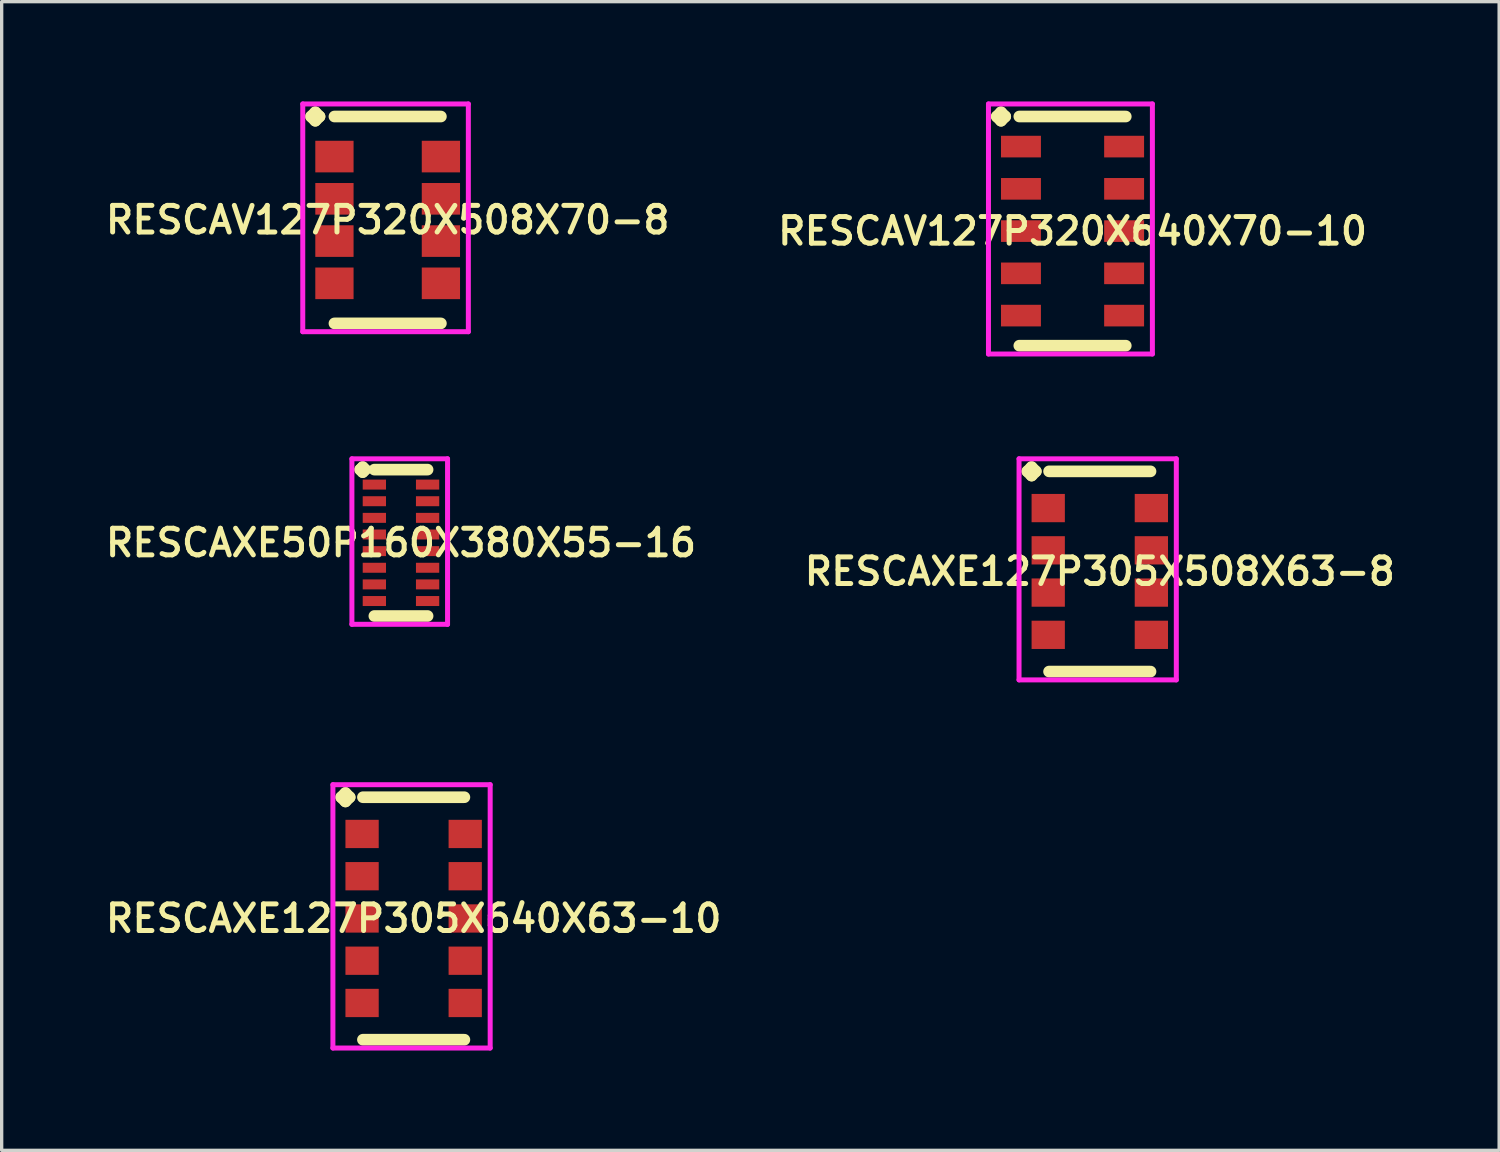
<source format=kicad_pcb>
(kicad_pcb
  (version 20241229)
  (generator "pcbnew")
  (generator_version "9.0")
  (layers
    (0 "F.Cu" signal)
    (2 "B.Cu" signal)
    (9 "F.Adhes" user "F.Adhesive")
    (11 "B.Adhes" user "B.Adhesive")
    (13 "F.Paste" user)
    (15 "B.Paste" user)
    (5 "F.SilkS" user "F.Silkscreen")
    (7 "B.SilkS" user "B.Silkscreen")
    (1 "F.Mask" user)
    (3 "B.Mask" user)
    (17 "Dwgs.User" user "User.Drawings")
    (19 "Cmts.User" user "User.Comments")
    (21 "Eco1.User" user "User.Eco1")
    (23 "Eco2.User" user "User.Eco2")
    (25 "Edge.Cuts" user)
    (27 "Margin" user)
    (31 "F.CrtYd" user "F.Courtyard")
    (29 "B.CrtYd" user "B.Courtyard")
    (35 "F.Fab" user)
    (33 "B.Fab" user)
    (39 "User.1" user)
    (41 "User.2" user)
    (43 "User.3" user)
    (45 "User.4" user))
  (footprint "RESCAV127P320X640X70-10"
    (layer "F.Cu")
    (at 29.187 3.896)
    (property "Reference" "RESCAV127P320X640X70-10" (at 0 0 0) (layer "F.SilkS") (effects (font (size 0.8 0.8) (thickness 0.15))))
    (attr smd)
    (fp_line (start -2.277 -3.444) (end -2.15 -3.571) (stroke (width 0.35) (type solid)) (layer "F.SilkS"))
    (fp_line (start -2.15 -3.571) (end -2.023 -3.444) (stroke (width 0.35) (type solid)) (layer "F.SilkS"))
    (fp_line (start -2.15 -3.317) (end -2.277 -3.444) (stroke (width 0.35) (type solid)) (layer "F.SilkS"))
    (fp_line (start -2.023 -3.444) (end -2.15 -3.317) (stroke (width 0.35) (type solid)) (layer "F.SilkS"))
    (fp_line (start -1.6 -3.444) (end 1.6 -3.444) (stroke (width 0.35) (type solid)) (layer "F.SilkS"))
    (fp_line (start -1.6 3.444) (end 1.6 3.444) (stroke (width 0.35) (type solid)) (layer "F.SilkS"))
    (fp_line (start -2.527 -3.821) (end 2.4 -3.821) (stroke (width 0.15) (type solid)) (layer "F.CrtYd"))
    (fp_line (start -2.527 3.694) (end -2.527 -3.821) (stroke (width 0.15) (type solid)) (layer "F.CrtYd"))
    (fp_line (start 2.4 -3.821) (end 2.4 3.694) (stroke (width 0.15) (type solid)) (layer "F.CrtYd"))
    (fp_line (start 2.4 3.694) (end -2.527 3.694) (stroke (width 0.15) (type solid)) (layer "F.CrtYd"))
    (pad "1" smd rect (at -1.55 -2.54) (size 1.2 0.65) (layers "F.Cu" "F.Mask" "F.Paste"))
    (pad "2" smd rect (at -1.55 -1.27) (size 1.2 0.65) (layers "F.Cu" "F.Mask" "F.Paste"))
    (pad "3" smd rect (at -1.55 0) (size 1.2 0.65) (layers "F.Cu" "F.Mask" "F.Paste"))
    (pad "4" smd rect (at -1.55 1.27) (size 1.2 0.65) (layers "F.Cu" "F.Mask" "F.Paste"))
    (pad "5" smd rect (at -1.55 2.54) (size 1.2 0.65) (layers "F.Cu" "F.Mask" "F.Paste"))
    (pad "6" smd rect (at 1.55 2.54) (size 1.2 0.65) (layers "F.Cu" "F.Mask" "F.Paste"))
    (pad "7" smd rect (at 1.55 1.27) (size 1.2 0.65) (layers "F.Cu" "F.Mask" "F.Paste"))
    (pad "8" smd rect (at 1.55 0) (size 1.2 0.65) (layers "F.Cu" "F.Mask" "F.Paste"))
    (pad "9" smd rect (at 1.55 -1.27) (size 1.2 0.65) (layers "F.Cu" "F.Mask" "F.Paste"))
    (pad "10" smd rect (at 1.55 -2.54) (size 1.2 0.65) (layers "F.Cu" "F.Mask" "F.Paste")))
  (footprint "RESCAXE127P305X640X63-10"
    (layer "F.Cu")
    (at 9.383 24.556)
    (property "Reference" "RESCAXE127P305X640X63-10" (at 0 0 0) (layer "F.SilkS") (effects (font (size 0.8 0.8) (thickness 0.15))))
    (attr smd)
    (fp_line (start -2.177 -3.644) (end -2.05 -3.771) (stroke (width 0.35) (type solid)) (layer "F.SilkS"))
    (fp_line (start -2.05 -3.771) (end -1.923 -3.644) (stroke (width 0.35) (type solid)) (layer "F.SilkS"))
    (fp_line (start -2.05 -3.517) (end -2.177 -3.644) (stroke (width 0.35) (type solid)) (layer "F.SilkS"))
    (fp_line (start -1.923 -3.644) (end -2.05 -3.517) (stroke (width 0.35) (type solid)) (layer "F.SilkS"))
    (fp_line (start -1.525 -3.644) (end 1.525 -3.644) (stroke (width 0.35) (type solid)) (layer "F.SilkS"))
    (fp_line (start -1.525 3.644) (end 1.525 3.644) (stroke (width 0.35) (type solid)) (layer "F.SilkS"))
    (fp_line (start -2.427 -4.021) (end 2.3 -4.021) (stroke (width 0.15) (type solid)) (layer "F.CrtYd"))
    (fp_line (start -2.427 3.894) (end -2.427 -4.021) (stroke (width 0.15) (type solid)) (layer "F.CrtYd"))
    (fp_line (start 2.3 -4.021) (end 2.3 3.894) (stroke (width 0.15) (type solid)) (layer "F.CrtYd"))
    (fp_line (start 2.3 3.894) (end -2.427 3.894) (stroke (width 0.15) (type solid)) (layer "F.CrtYd"))
    (pad "1" smd rect (at -1.55 -2.54) (size 1 0.85) (layers "F.Cu" "F.Mask" "F.Paste"))
    (pad "2" smd rect (at -1.55 -1.27) (size 1 0.85) (layers "F.Cu" "F.Mask" "F.Paste"))
    (pad "3" smd rect (at -1.55 0) (size 1 0.85) (layers "F.Cu" "F.Mask" "F.Paste"))
    (pad "4" smd rect (at -1.55 1.27) (size 1 0.85) (layers "F.Cu" "F.Mask" "F.Paste"))
    (pad "5" smd rect (at -1.55 2.54) (size 1 0.85) (layers "F.Cu" "F.Mask" "F.Paste"))
    (pad "6" smd rect (at 1.55 2.54) (size 1 0.85) (layers "F.Cu" "F.Mask" "F.Paste"))
    (pad "7" smd rect (at 1.55 1.27) (size 1 0.85) (layers "F.Cu" "F.Mask" "F.Paste"))
    (pad "8" smd rect (at 1.55 0) (size 1 0.85) (layers "F.Cu" "F.Mask" "F.Paste"))
    (pad "9" smd rect (at 1.55 -1.27) (size 1 0.85) (layers "F.Cu" "F.Mask" "F.Paste"))
    (pad "10" smd rect (at 1.55 -2.54) (size 1 0.85) (layers "F.Cu" "F.Mask" "F.Paste")))
  (footprint "RESCAXE127P305X508X63-8"
    (layer "F.Cu")
    (at 30.006 14.126)
    (property "Reference" "RESCAXE127P305X508X63-8" (at 0 0 0) (layer "F.SilkS") (effects (font (size 0.8 0.8) (thickness 0.15))))
    (attr through_hole)
    (fp_line (start -2.177 -3.009) (end -2.05 -3.136) (stroke (width 0.35) (type solid)) (layer "F.SilkS"))
    (fp_line (start -2.05 -3.136) (end -1.923 -3.009) (stroke (width 0.35) (type solid)) (layer "F.SilkS"))
    (fp_line (start -2.05 -2.882) (end -2.177 -3.009) (stroke (width 0.35) (type solid)) (layer "F.SilkS"))
    (fp_line (start -1.923 -3.009) (end -2.05 -2.882) (stroke (width 0.35) (type solid)) (layer "F.SilkS"))
    (fp_line (start -1.525 -3.009) (end 1.525 -3.009) (stroke (width 0.35) (type solid)) (layer "F.SilkS"))
    (fp_line (start -1.525 3.009) (end 1.525 3.009) (stroke (width 0.35) (type solid)) (layer "F.SilkS"))
    (fp_line (start -2.427 -3.386) (end 2.3 -3.386) (stroke (width 0.15) (type solid)) (layer "F.CrtYd"))
    (fp_line (start -2.427 3.259) (end -2.427 -3.386) (stroke (width 0.15) (type solid)) (layer "F.CrtYd"))
    (fp_line (start 2.3 -3.386) (end 2.3 3.259) (stroke (width 0.15) (type solid)) (layer "F.CrtYd"))
    (fp_line (start 2.3 3.259) (end -2.427 3.259) (stroke (width 0.15) (type solid)) (layer "F.CrtYd"))
    (pad "1" smd rect (at -1.55 -1.905) (size 1 0.85) (layers "F.Cu" "F.Mask" "F.Paste"))
    (pad "2" smd rect (at -1.55 -0.635) (size 1 0.85) (layers "F.Cu" "F.Mask" "F.Paste"))
    (pad "3" smd rect (at -1.55 0.635) (size 1 0.85) (layers "F.Cu" "F.Mask" "F.Paste"))
    (pad "4" smd rect (at -1.55 1.905) (size 1 0.85) (layers "F.Cu" "F.Mask" "F.Paste"))
    (pad "5" smd rect (at 1.55 1.905) (size 1 0.85) (layers "F.Cu" "F.Mask" "F.Paste"))
    (pad "6" smd rect (at 1.55 0.635) (size 1 0.85) (layers "F.Cu" "F.Mask" "F.Paste"))
    (pad "7" smd rect (at 1.55 -0.635) (size 1 0.85) (layers "F.Cu" "F.Mask" "F.Paste"))
    (pad "8" smd rect (at 1.55 -1.905) (size 1 0.85) (layers "F.Cu" "F.Mask" "F.Paste")))
  (footprint "RESCAXE50P160X380X55-16"
    (layer "F.Cu")
    (at 9.002 13.265)
    (property "Reference" "RESCAXE50P160X380X55-16" (at 0 0 0) (layer "F.SilkS") (effects (font (size 0.8 0.8) (thickness 0.15))))
    (attr smd)
    (fp_line (start -1.225 -2.2) (end -1.15 -2.275) (stroke (width 0.35) (type solid)) (layer "F.SilkS"))
    (fp_line (start -1.15 -2.275) (end -1.075 -2.2) (stroke (width 0.35) (type solid)) (layer "F.SilkS"))
    (fp_line (start -1.15 -2.125) (end -1.225 -2.2) (stroke (width 0.35) (type solid)) (layer "F.SilkS"))
    (fp_line (start -1.075 -2.2) (end -1.15 -2.125) (stroke (width 0.35) (type solid)) (layer "F.SilkS"))
    (fp_line (start -0.8 -2.2) (end 0.8 -2.2) (stroke (width 0.35) (type solid)) (layer "F.SilkS"))
    (fp_line (start -0.8 2.2) (end 0.8 2.2) (stroke (width 0.35) (type solid)) (layer "F.SilkS"))
    (fp_line (start -1.475 -2.525) (end 1.4 -2.525) (stroke (width 0.15) (type solid)) (layer "F.CrtYd"))
    (fp_line (start -1.475 2.45) (end -1.475 -2.525) (stroke (width 0.15) (type solid)) (layer "F.CrtYd"))
    (fp_line (start 1.4 -2.525) (end 1.4 2.45) (stroke (width 0.15) (type solid)) (layer "F.CrtYd"))
    (fp_line (start 1.4 2.45) (end -1.475 2.45) (stroke (width 0.15) (type solid)) (layer "F.CrtYd"))
    (pad "1" smd rect (at -0.8 -1.75) (size 0.7 0.3) (layers "F.Cu" "F.Mask" "F.Paste"))
    (pad "2" smd rect (at -0.8 -1.25) (size 0.7 0.3) (layers "F.Cu" "F.Mask" "F.Paste"))
    (pad "3" smd rect (at -0.8 -0.75) (size 0.7 0.3) (layers "F.Cu" "F.Mask" "F.Paste"))
    (pad "4" smd rect (at -0.8 -0.25) (size 0.7 0.3) (layers "F.Cu" "F.Mask" "F.Paste"))
    (pad "5" smd rect (at -0.8 0.25) (size 0.7 0.3) (layers "F.Cu" "F.Mask" "F.Paste"))
    (pad "6" smd rect (at -0.8 0.75) (size 0.7 0.3) (layers "F.Cu" "F.Mask" "F.Paste"))
    (pad "7" smd rect (at -0.8 1.25) (size 0.7 0.3) (layers "F.Cu" "F.Mask" "F.Paste"))
    (pad "8" smd rect (at -0.8 1.75) (size 0.7 0.3) (layers "F.Cu" "F.Mask" "F.Paste"))
    (pad "9" smd rect (at 0.8 1.75) (size 0.7 0.3) (layers "F.Cu" "F.Mask" "F.Paste"))
    (pad "10" smd rect (at 0.8 1.25) (size 0.7 0.3) (layers "F.Cu" "F.Mask" "F.Paste"))
    (pad "11" smd rect (at 0.8 0.75) (size 0.7 0.3) (layers "F.Cu" "F.Mask" "F.Paste"))
    (pad "12" smd rect (at 0.8 0.25) (size 0.7 0.3) (layers "F.Cu" "F.Mask" "F.Paste"))
    (pad "13" smd rect (at 0.8 -0.25) (size 0.7 0.3) (layers "F.Cu" "F.Mask" "F.Paste"))
    (pad "14" smd rect (at 0.8 -0.75) (size 0.7 0.3) (layers "F.Cu" "F.Mask" "F.Paste"))
    (pad "15" smd rect (at 0.8 -1.25) (size 0.7 0.3) (layers "F.Cu" "F.Mask" "F.Paste"))
    (pad "16" smd rect (at 0.8 -1.75) (size 0.7 0.3) (layers "F.Cu" "F.Mask" "F.Paste")))
  (footprint "RESCAV127P320X508X70-8"
    (layer "F.Cu")
    (at 8.602 3.561)
    (property "Reference" "RESCAV127P320X508X70-8" (at 0 0 0) (layer "F.SilkS") (effects (font (size 0.8 0.8) (thickness 0.15))))
    (attr through_hole)
    (fp_line (start -2.302 -3.109) (end -2.175 -3.236) (stroke (width 0.35) (type solid)) (layer "F.SilkS"))
    (fp_line (start -2.175 -3.236) (end -2.048 -3.109) (stroke (width 0.35) (type solid)) (layer "F.SilkS"))
    (fp_line (start -2.175 -2.982) (end -2.302 -3.109) (stroke (width 0.35) (type solid)) (layer "F.SilkS"))
    (fp_line (start -2.048 -3.109) (end -2.175 -2.982) (stroke (width 0.35) (type solid)) (layer "F.SilkS"))
    (fp_line (start -1.6 -3.109) (end 1.6 -3.109) (stroke (width 0.35) (type solid)) (layer "F.SilkS"))
    (fp_line (start -1.6 3.109) (end 1.6 3.109) (stroke (width 0.35) (type solid)) (layer "F.SilkS"))
    (fp_line (start -2.552 -3.486) (end 2.425 -3.486) (stroke (width 0.15) (type solid)) (layer "F.CrtYd"))
    (fp_line (start -2.552 3.359) (end -2.552 -3.486) (stroke (width 0.15) (type solid)) (layer "F.CrtYd"))
    (fp_line (start 2.425 -3.486) (end 2.425 3.359) (stroke (width 0.15) (type solid)) (layer "F.CrtYd"))
    (fp_line (start 2.425 3.359) (end -2.552 3.359) (stroke (width 0.15) (type solid)) (layer "F.CrtYd"))
    (pad "1" smd rect (at -1.6 -1.905) (size 1.15 0.95) (layers "F.Cu" "F.Mask" "F.Paste"))
    (pad "2" smd rect (at -1.6 -0.635) (size 1.15 0.95) (layers "F.Cu" "F.Mask" "F.Paste"))
    (pad "3" smd rect (at -1.6 0.635) (size 1.15 0.95) (layers "F.Cu" "F.Mask" "F.Paste"))
    (pad "4" smd rect (at -1.6 1.905) (size 1.15 0.95) (layers "F.Cu" "F.Mask" "F.Paste"))
    (pad "5" smd rect (at 1.6 1.905) (size 1.15 0.95) (layers "F.Cu" "F.Mask" "F.Paste"))
    (pad "6" smd rect (at 1.6 0.635) (size 1.15 0.95) (layers "F.Cu" "F.Mask" "F.Paste"))
    (pad "7" smd rect (at 1.6 -0.635) (size 1.15 0.95) (layers "F.Cu" "F.Mask" "F.Paste"))
    (pad "8" smd rect (at 1.6 -1.905) (size 1.15 0.95) (layers "F.Cu" "F.Mask" "F.Paste")))
  (gr_rect
    (start -3 -3)
    (end 42.009 31.525)
    (stroke (width 0.1) (type default))
    (fill no)
    (layer "Edge.Cuts")))
</source>
